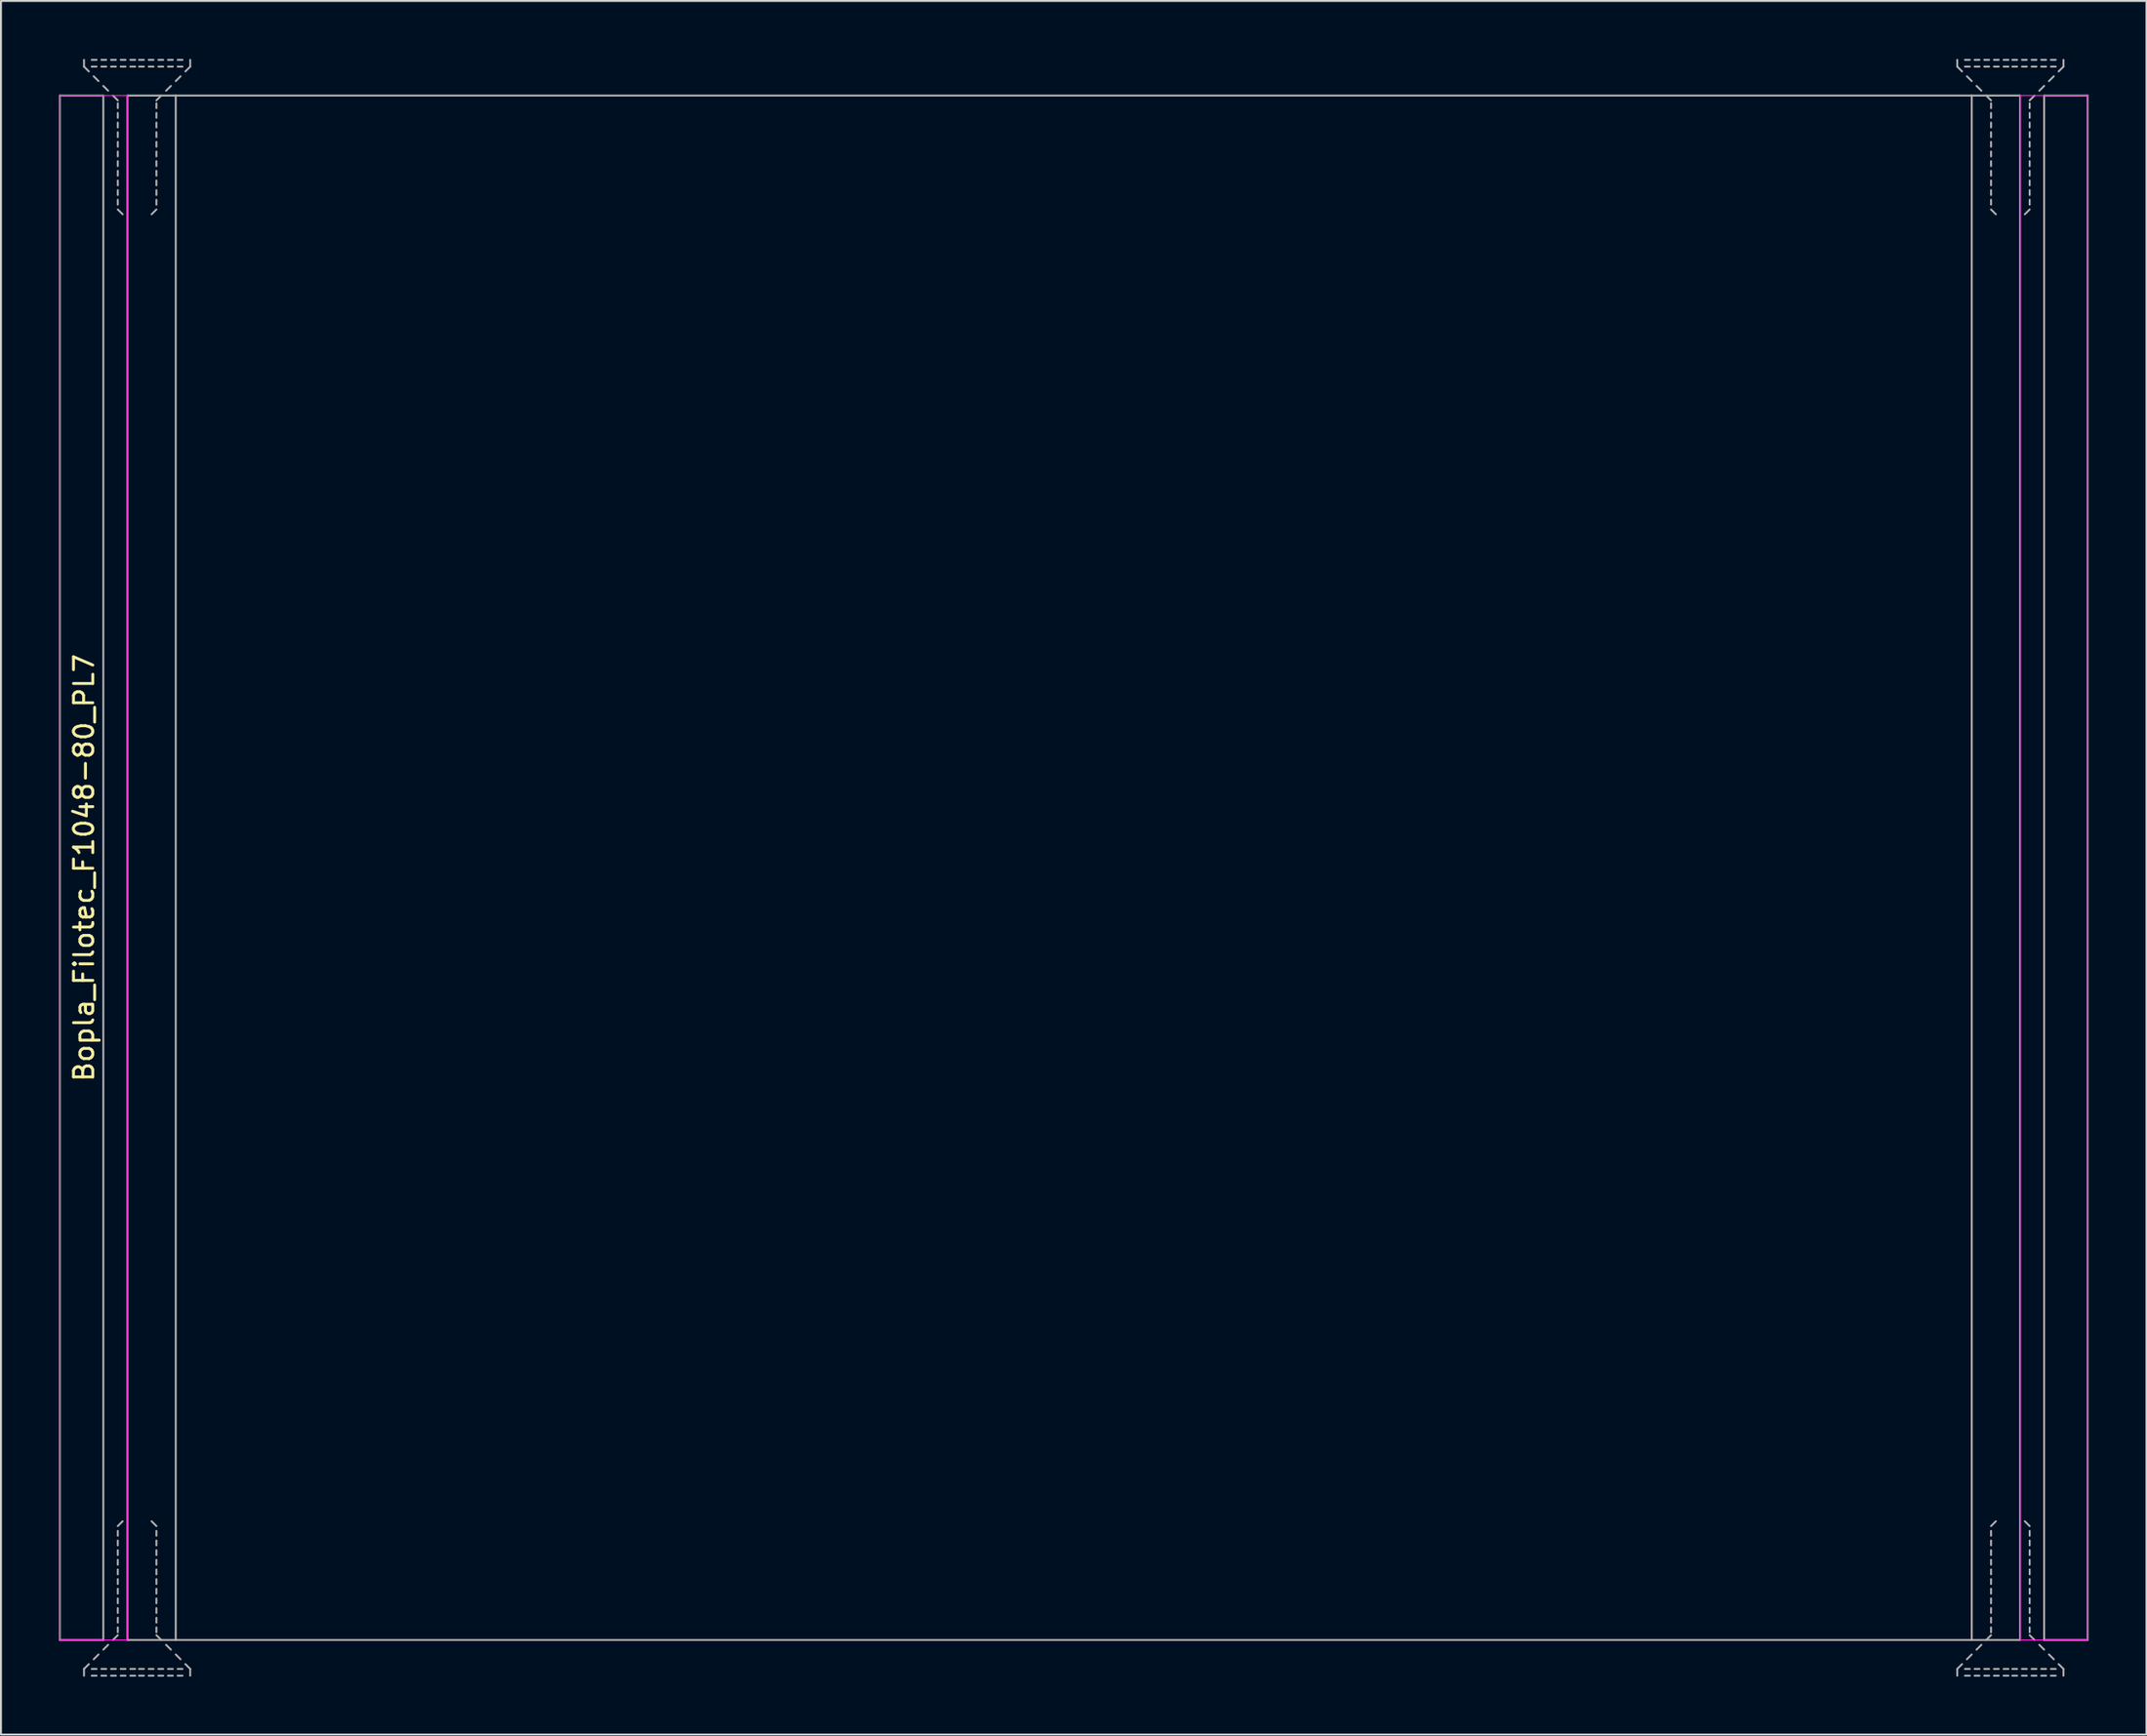
<source format=kicad_pcb>
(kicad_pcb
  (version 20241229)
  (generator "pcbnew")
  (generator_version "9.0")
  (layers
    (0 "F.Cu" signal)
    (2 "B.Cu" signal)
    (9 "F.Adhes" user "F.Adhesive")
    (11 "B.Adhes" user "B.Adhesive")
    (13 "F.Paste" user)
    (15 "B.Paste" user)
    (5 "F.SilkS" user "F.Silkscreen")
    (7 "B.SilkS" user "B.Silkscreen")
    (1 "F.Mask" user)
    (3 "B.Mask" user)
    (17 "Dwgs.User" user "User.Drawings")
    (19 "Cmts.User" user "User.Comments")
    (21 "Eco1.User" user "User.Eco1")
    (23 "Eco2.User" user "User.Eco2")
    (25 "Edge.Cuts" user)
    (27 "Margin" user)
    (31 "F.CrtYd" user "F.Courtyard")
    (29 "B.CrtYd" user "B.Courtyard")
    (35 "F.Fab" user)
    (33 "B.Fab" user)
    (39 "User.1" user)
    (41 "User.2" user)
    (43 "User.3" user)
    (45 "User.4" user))
  (footprint "Bopla_Filotec_F1048-80_PL7"
    (layer "F.Cu")
    (at 52.55 41.9)
    (property "Reference" "Bopla_Filotec_F1048-80_PL7" (at -51.25 0 90) (layer "F.SilkS") (effects (font (size 1 1) (thickness 0.15))))
    (attr exclude_from_pos_files exclude_from_bom)
    (fp_line (start -52.5 -40) (end -52.5 40) (stroke (width 0.05) (type solid)) (layer "F.CrtYd"))
    (fp_line (start -52.5 40) (end -49 40) (stroke (width 0.05) (type solid)) (layer "F.CrtYd"))
    (fp_line (start -49 -40) (end -52.5 -40) (stroke (width 0.05) (type solid)) (layer "F.CrtYd"))
    (fp_line (start -49 40) (end -49 -40) (stroke (width 0.05) (type solid)) (layer "F.CrtYd"))
    (fp_line (start 49 -40) (end 52.5 -40) (stroke (width 0.05) (type solid)) (layer "F.CrtYd"))
    (fp_line (start 49 40) (end 49 -40) (stroke (width 0.05) (type solid)) (layer "F.CrtYd"))
    (fp_line (start 52.5 -40) (end 52.5 40) (stroke (width 0.05) (type solid)) (layer "F.CrtYd"))
    (fp_line (start 52.5 40) (end 49 40) (stroke (width 0.05) (type solid)) (layer "F.CrtYd"))
    (fp_line (start -52.5 -40) (end -52.5 40) (stroke (width 0.1) (type solid)) (layer "F.Fab"))
    (fp_line (start -52.5 -40) (end -50.25 -40) (stroke (width 0.1) (type solid)) (layer "F.Fab"))
    (fp_line (start -52.5 40) (end -50.25 40) (stroke (width 0.1) (type solid)) (layer "F.Fab"))
    (fp_line (start -51.25 -41.5) (end -51.25 -41.85) (stroke (width 0.1) (type solid)) (layer "F.Fab"))
    (fp_line (start -51.25 -41.5) (end -51 -41.25) (stroke (width 0.1) (type solid)) (layer "F.Fab"))
    (fp_line (start -51.25 41.5) (end -51.25 41.85) (stroke (width 0.1) (type solid)) (layer "F.Fab"))
    (fp_line (start -51.25 41.5) (end -51 41.25) (stroke (width 0.1) (type solid)) (layer "F.Fab"))
    (fp_line (start -50.75 -41) (end -50.5 -40.75) (stroke (width 0.1) (type solid)) (layer "F.Fab"))
    (fp_line (start -50.75 41) (end -50.5 40.75) (stroke (width 0.1) (type solid)) (layer "F.Fab"))
    (fp_line (start -50.6 -41.85) (end -50.85 -41.85) (stroke (width 0.1) (type solid)) (layer "F.Fab"))
    (fp_line (start -50.6 -41.5) (end -50.85 -41.5) (stroke (width 0.1) (type solid)) (layer "F.Fab"))
    (fp_line (start -50.6 41.5) (end -50.85 41.5) (stroke (width 0.1) (type solid)) (layer "F.Fab"))
    (fp_line (start -50.6 41.85) (end -50.85 41.85) (stroke (width 0.1) (type solid)) (layer "F.Fab"))
    (fp_line (start -50.25 -40.5) (end -50 -40.25) (stroke (width 0.1) (type solid)) (layer "F.Fab"))
    (fp_line (start -50.25 -40) (end -50.25 40) (stroke (width 0.1) (type solid)) (layer "F.Fab"))
    (fp_line (start -50.25 40.5) (end -50 40.25) (stroke (width 0.1) (type solid)) (layer "F.Fab"))
    (fp_line (start -50.1 -41.85) (end -50.35 -41.85) (stroke (width 0.1) (type solid)) (layer "F.Fab"))
    (fp_line (start -50.1 -41.5) (end -50.35 -41.5) (stroke (width 0.1) (type solid)) (layer "F.Fab"))
    (fp_line (start -50.1 41.5) (end -50.35 41.5) (stroke (width 0.1) (type solid)) (layer "F.Fab"))
    (fp_line (start -50.1 41.85) (end -50.35 41.85) (stroke (width 0.1) (type solid)) (layer "F.Fab"))
    (fp_line (start -49.75 -40) (end -49.5 -39.75) (stroke (width 0.1) (type solid)) (layer "F.Fab"))
    (fp_line (start -49.75 40) (end -49.5 39.75) (stroke (width 0.1) (type solid)) (layer "F.Fab"))
    (fp_line (start -49.6 -41.85) (end -49.85 -41.85) (stroke (width 0.1) (type solid)) (layer "F.Fab"))
    (fp_line (start -49.6 -41.5) (end -49.85 -41.5) (stroke (width 0.1) (type solid)) (layer "F.Fab"))
    (fp_line (start -49.6 41.5) (end -49.85 41.5) (stroke (width 0.1) (type solid)) (layer "F.Fab"))
    (fp_line (start -49.6 41.85) (end -49.85 41.85) (stroke (width 0.1) (type solid)) (layer "F.Fab"))
    (fp_line (start -49.5 -39.6) (end -49.5 -39.35) (stroke (width 0.1) (type solid)) (layer "F.Fab"))
    (fp_line (start -49.5 -39.1) (end -49.5 -38.85) (stroke (width 0.1) (type solid)) (layer "F.Fab"))
    (fp_line (start -49.5 -38.6) (end -49.5 -38.35) (stroke (width 0.1) (type solid)) (layer "F.Fab"))
    (fp_line (start -49.5 -38.1) (end -49.5 -37.85) (stroke (width 0.1) (type solid)) (layer "F.Fab"))
    (fp_line (start -49.5 -37.6) (end -49.5 -37.35) (stroke (width 0.1) (type solid)) (layer "F.Fab"))
    (fp_line (start -49.5 -37.1) (end -49.5 -36.85) (stroke (width 0.1) (type solid)) (layer "F.Fab"))
    (fp_line (start -49.5 -36.6) (end -49.5 -36.35) (stroke (width 0.1) (type solid)) (layer "F.Fab"))
    (fp_line (start -49.5 -36.1) (end -49.5 -35.85) (stroke (width 0.1) (type solid)) (layer "F.Fab"))
    (fp_line (start -49.5 -35.6) (end -49.5 -35.35) (stroke (width 0.1) (type solid)) (layer "F.Fab"))
    (fp_line (start -49.5 -35.1) (end -49.5 -34.85) (stroke (width 0.1) (type solid)) (layer "F.Fab"))
    (fp_line (start -49.5 -34.6) (end -49.5 -34.35) (stroke (width 0.1) (type solid)) (layer "F.Fab"))
    (fp_line (start -49.5 -34.1) (end -49.25 -33.85) (stroke (width 0.1) (type solid)) (layer "F.Fab"))
    (fp_line (start -49.5 34.1) (end -49.25 33.85) (stroke (width 0.1) (type solid)) (layer "F.Fab"))
    (fp_line (start -49.5 34.6) (end -49.5 34.35) (stroke (width 0.1) (type solid)) (layer "F.Fab"))
    (fp_line (start -49.5 35.1) (end -49.5 34.85) (stroke (width 0.1) (type solid)) (layer "F.Fab"))
    (fp_line (start -49.5 35.6) (end -49.5 35.35) (stroke (width 0.1) (type solid)) (layer "F.Fab"))
    (fp_line (start -49.5 36.1) (end -49.5 35.85) (stroke (width 0.1) (type solid)) (layer "F.Fab"))
    (fp_line (start -49.5 36.6) (end -49.5 36.35) (stroke (width 0.1) (type solid)) (layer "F.Fab"))
    (fp_line (start -49.5 37.1) (end -49.5 36.85) (stroke (width 0.1) (type solid)) (layer "F.Fab"))
    (fp_line (start -49.5 37.6) (end -49.5 37.35) (stroke (width 0.1) (type solid)) (layer "F.Fab"))
    (fp_line (start -49.5 38.1) (end -49.5 37.85) (stroke (width 0.1) (type solid)) (layer "F.Fab"))
    (fp_line (start -49.5 38.6) (end -49.5 38.35) (stroke (width 0.1) (type solid)) (layer "F.Fab"))
    (fp_line (start -49.5 39.1) (end -49.5 38.85) (stroke (width 0.1) (type solid)) (layer "F.Fab"))
    (fp_line (start -49.5 39.6) (end -49.5 39.35) (stroke (width 0.1) (type solid)) (layer "F.Fab"))
    (fp_line (start -49.1 -41.85) (end -49.35 -41.85) (stroke (width 0.1) (type solid)) (layer "F.Fab"))
    (fp_line (start -49.1 -41.5) (end -49.35 -41.5) (stroke (width 0.1) (type solid)) (layer "F.Fab"))
    (fp_line (start -49.1 41.5) (end -49.35 41.5) (stroke (width 0.1) (type solid)) (layer "F.Fab"))
    (fp_line (start -49.1 41.85) (end -49.35 41.85) (stroke (width 0.1) (type solid)) (layer "F.Fab"))
    (fp_line (start -49 -40) (end -46.5 -40) (stroke (width 0.1) (type solid)) (layer "F.Fab"))
    (fp_line (start -49 40) (end -49 -40) (stroke (width 0.1) (type solid)) (layer "F.Fab"))
    (fp_line (start -49 40) (end -46.5 40) (stroke (width 0.1) (type solid)) (layer "F.Fab"))
    (fp_line (start -48.6 -41.85) (end -48.85 -41.85) (stroke (width 0.1) (type solid)) (layer "F.Fab"))
    (fp_line (start -48.6 -41.5) (end -48.85 -41.5) (stroke (width 0.1) (type solid)) (layer "F.Fab"))
    (fp_line (start -48.6 41.5) (end -48.85 41.5) (stroke (width 0.1) (type solid)) (layer "F.Fab"))
    (fp_line (start -48.6 41.85) (end -48.85 41.85) (stroke (width 0.1) (type solid)) (layer "F.Fab"))
    (fp_line (start -48.15 -41.85) (end -48.4 -41.85) (stroke (width 0.1) (type solid)) (layer "F.Fab"))
    (fp_line (start -48.15 -41.5) (end -48.4 -41.5) (stroke (width 0.1) (type solid)) (layer "F.Fab"))
    (fp_line (start -48.15 41.5) (end -48.4 41.5) (stroke (width 0.1) (type solid)) (layer "F.Fab"))
    (fp_line (start -48.15 41.85) (end -48.4 41.85) (stroke (width 0.1) (type solid)) (layer "F.Fab"))
    (fp_line (start -47.65 -41.85) (end -47.9 -41.85) (stroke (width 0.1) (type solid)) (layer "F.Fab"))
    (fp_line (start -47.65 -41.5) (end -47.9 -41.5) (stroke (width 0.1) (type solid)) (layer "F.Fab"))
    (fp_line (start -47.65 41.5) (end -47.9 41.5) (stroke (width 0.1) (type solid)) (layer "F.Fab"))
    (fp_line (start -47.65 41.85) (end -47.9 41.85) (stroke (width 0.1) (type solid)) (layer "F.Fab"))
    (fp_line (start -47.5 -39.6) (end -47.5 -39.35) (stroke (width 0.1) (type solid)) (layer "F.Fab"))
    (fp_line (start -47.5 -39.1) (end -47.5 -38.85) (stroke (width 0.1) (type solid)) (layer "F.Fab"))
    (fp_line (start -47.5 -38.6) (end -47.5 -38.35) (stroke (width 0.1) (type solid)) (layer "F.Fab"))
    (fp_line (start -47.5 -38.1) (end -47.5 -37.85) (stroke (width 0.1) (type solid)) (layer "F.Fab"))
    (fp_line (start -47.5 -37.6) (end -47.5 -37.35) (stroke (width 0.1) (type solid)) (layer "F.Fab"))
    (fp_line (start -47.5 -37.1) (end -47.5 -36.85) (stroke (width 0.1) (type solid)) (layer "F.Fab"))
    (fp_line (start -47.5 -36.6) (end -47.5 -36.35) (stroke (width 0.1) (type solid)) (layer "F.Fab"))
    (fp_line (start -47.5 -36.1) (end -47.5 -35.85) (stroke (width 0.1) (type solid)) (layer "F.Fab"))
    (fp_line (start -47.5 -35.6) (end -47.5 -35.35) (stroke (width 0.1) (type solid)) (layer "F.Fab"))
    (fp_line (start -47.5 -35.1) (end -47.5 -34.85) (stroke (width 0.1) (type solid)) (layer "F.Fab"))
    (fp_line (start -47.5 -34.6) (end -47.5 -34.35) (stroke (width 0.1) (type solid)) (layer "F.Fab"))
    (fp_line (start -47.5 -34.1) (end -47.75 -33.85) (stroke (width 0.1) (type solid)) (layer "F.Fab"))
    (fp_line (start -47.5 34.1) (end -47.75 33.85) (stroke (width 0.1) (type solid)) (layer "F.Fab"))
    (fp_line (start -47.5 34.6) (end -47.5 34.35) (stroke (width 0.1) (type solid)) (layer "F.Fab"))
    (fp_line (start -47.5 35.1) (end -47.5 34.85) (stroke (width 0.1) (type solid)) (layer "F.Fab"))
    (fp_line (start -47.5 35.6) (end -47.5 35.35) (stroke (width 0.1) (type solid)) (layer "F.Fab"))
    (fp_line (start -47.5 36.1) (end -47.5 35.85) (stroke (width 0.1) (type solid)) (layer "F.Fab"))
    (fp_line (start -47.5 36.6) (end -47.5 36.35) (stroke (width 0.1) (type solid)) (layer "F.Fab"))
    (fp_line (start -47.5 37.1) (end -47.5 36.85) (stroke (width 0.1) (type solid)) (layer "F.Fab"))
    (fp_line (start -47.5 37.6) (end -47.5 37.35) (stroke (width 0.1) (type solid)) (layer "F.Fab"))
    (fp_line (start -47.5 38.1) (end -47.5 37.85) (stroke (width 0.1) (type solid)) (layer "F.Fab"))
    (fp_line (start -47.5 38.6) (end -47.5 38.35) (stroke (width 0.1) (type solid)) (layer "F.Fab"))
    (fp_line (start -47.5 39.1) (end -47.5 38.85) (stroke (width 0.1) (type solid)) (layer "F.Fab"))
    (fp_line (start -47.5 39.6) (end -47.5 39.35) (stroke (width 0.1) (type solid)) (layer "F.Fab"))
    (fp_line (start -47.25 -40) (end -47.5 -39.75) (stroke (width 0.1) (type solid)) (layer "F.Fab"))
    (fp_line (start -47.25 40) (end -47.5 39.75) (stroke (width 0.1) (type solid)) (layer "F.Fab"))
    (fp_line (start -47.15 -41.85) (end -47.4 -41.85) (stroke (width 0.1) (type solid)) (layer "F.Fab"))
    (fp_line (start -47.15 -41.5) (end -47.4 -41.5) (stroke (width 0.1) (type solid)) (layer "F.Fab"))
    (fp_line (start -47.15 41.5) (end -47.4 41.5) (stroke (width 0.1) (type solid)) (layer "F.Fab"))
    (fp_line (start -47.15 41.85) (end -47.4 41.85) (stroke (width 0.1) (type solid)) (layer "F.Fab"))
    (fp_line (start -46.75 -40.5) (end -47 -40.25) (stroke (width 0.1) (type solid)) (layer "F.Fab"))
    (fp_line (start -46.75 40.5) (end -47 40.25) (stroke (width 0.1) (type solid)) (layer "F.Fab"))
    (fp_line (start -46.65 -41.85) (end -46.9 -41.85) (stroke (width 0.1) (type solid)) (layer "F.Fab"))
    (fp_line (start -46.65 -41.5) (end -46.9 -41.5) (stroke (width 0.1) (type solid)) (layer "F.Fab"))
    (fp_line (start -46.65 41.5) (end -46.9 41.5) (stroke (width 0.1) (type solid)) (layer "F.Fab"))
    (fp_line (start -46.65 41.85) (end -46.9 41.85) (stroke (width 0.1) (type solid)) (layer "F.Fab"))
    (fp_line (start -46.5 40) (end -46.5 -40) (stroke (width 0.1) (type solid)) (layer "F.Fab"))
    (fp_line (start -46.5 40) (end 46.5 40) (stroke (width 0.1) (type solid)) (layer "F.Fab"))
    (fp_line (start -46.25 -41) (end -46.5 -40.75) (stroke (width 0.1) (type solid)) (layer "F.Fab"))
    (fp_line (start -46.25 41) (end -46.5 40.75) (stroke (width 0.1) (type solid)) (layer "F.Fab"))
    (fp_line (start -46.15 -41.85) (end -46.4 -41.85) (stroke (width 0.1) (type solid)) (layer "F.Fab"))
    (fp_line (start -46.15 -41.5) (end -46.4 -41.5) (stroke (width 0.1) (type solid)) (layer "F.Fab"))
    (fp_line (start -46.15 41.5) (end -46.4 41.5) (stroke (width 0.1) (type solid)) (layer "F.Fab"))
    (fp_line (start -46.15 41.85) (end -46.4 41.85) (stroke (width 0.1) (type solid)) (layer "F.Fab"))
    (fp_line (start -45.75 -41.5) (end -46 -41.25) (stroke (width 0.1) (type solid)) (layer "F.Fab"))
    (fp_line (start -45.75 -41.5) (end -45.75 -41.85) (stroke (width 0.1) (type solid)) (layer "F.Fab"))
    (fp_line (start -45.75 41.5) (end -46 41.25) (stroke (width 0.1) (type solid)) (layer "F.Fab"))
    (fp_line (start -45.75 41.5) (end -45.75 41.85) (stroke (width 0.1) (type solid)) (layer "F.Fab"))
    (fp_line (start 45.75 -41.5) (end 45.75 -41.85) (stroke (width 0.1) (type solid)) (layer "F.Fab"))
    (fp_line (start 45.75 -41.5) (end 46 -41.25) (stroke (width 0.1) (type solid)) (layer "F.Fab"))
    (fp_line (start 45.75 41.5) (end 45.75 41.85) (stroke (width 0.1) (type solid)) (layer "F.Fab"))
    (fp_line (start 45.75 41.5) (end 46 41.25) (stroke (width 0.1) (type solid)) (layer "F.Fab"))
    (fp_line (start 46.25 -41) (end 46.5 -40.75) (stroke (width 0.1) (type solid)) (layer "F.Fab"))
    (fp_line (start 46.25 41) (end 46.5 40.75) (stroke (width 0.1) (type solid)) (layer "F.Fab"))
    (fp_line (start 46.4 -41.85) (end 46.15 -41.85) (stroke (width 0.1) (type solid)) (layer "F.Fab"))
    (fp_line (start 46.4 -41.5) (end 46.15 -41.5) (stroke (width 0.1) (type solid)) (layer "F.Fab"))
    (fp_line (start 46.4 41.5) (end 46.15 41.5) (stroke (width 0.1) (type solid)) (layer "F.Fab"))
    (fp_line (start 46.4 41.85) (end 46.15 41.85) (stroke (width 0.1) (type solid)) (layer "F.Fab"))
    (fp_line (start 46.5 -40) (end -46.5 -40) (stroke (width 0.1) (type solid)) (layer "F.Fab"))
    (fp_line (start 46.5 -40) (end 46.5 40) (stroke (width 0.1) (type solid)) (layer "F.Fab"))
    (fp_line (start 46.75 -40.5) (end 47 -40.25) (stroke (width 0.1) (type solid)) (layer "F.Fab"))
    (fp_line (start 46.75 40.5) (end 47 40.25) (stroke (width 0.1) (type solid)) (layer "F.Fab"))
    (fp_line (start 46.9 -41.85) (end 46.65 -41.85) (stroke (width 0.1) (type solid)) (layer "F.Fab"))
    (fp_line (start 46.9 -41.5) (end 46.65 -41.5) (stroke (width 0.1) (type solid)) (layer "F.Fab"))
    (fp_line (start 46.9 41.5) (end 46.65 41.5) (stroke (width 0.1) (type solid)) (layer "F.Fab"))
    (fp_line (start 46.9 41.85) (end 46.65 41.85) (stroke (width 0.1) (type solid)) (layer "F.Fab"))
    (fp_line (start 47.25 -40) (end 47.5 -39.75) (stroke (width 0.1) (type solid)) (layer "F.Fab"))
    (fp_line (start 47.25 40) (end 47.5 39.75) (stroke (width 0.1) (type solid)) (layer "F.Fab"))
    (fp_line (start 47.4 -41.85) (end 47.15 -41.85) (stroke (width 0.1) (type solid)) (layer "F.Fab"))
    (fp_line (start 47.4 -41.5) (end 47.15 -41.5) (stroke (width 0.1) (type solid)) (layer "F.Fab"))
    (fp_line (start 47.4 41.5) (end 47.15 41.5) (stroke (width 0.1) (type solid)) (layer "F.Fab"))
    (fp_line (start 47.4 41.85) (end 47.15 41.85) (stroke (width 0.1) (type solid)) (layer "F.Fab"))
    (fp_line (start 47.5 -39.6) (end 47.5 -39.35) (stroke (width 0.1) (type solid)) (layer "F.Fab"))
    (fp_line (start 47.5 -39.1) (end 47.5 -38.85) (stroke (width 0.1) (type solid)) (layer "F.Fab"))
    (fp_line (start 47.5 -38.6) (end 47.5 -38.35) (stroke (width 0.1) (type solid)) (layer "F.Fab"))
    (fp_line (start 47.5 -38.1) (end 47.5 -37.85) (stroke (width 0.1) (type solid)) (layer "F.Fab"))
    (fp_line (start 47.5 -37.6) (end 47.5 -37.35) (stroke (width 0.1) (type solid)) (layer "F.Fab"))
    (fp_line (start 47.5 -37.1) (end 47.5 -36.85) (stroke (width 0.1) (type solid)) (layer "F.Fab"))
    (fp_line (start 47.5 -36.6) (end 47.5 -36.35) (stroke (width 0.1) (type solid)) (layer "F.Fab"))
    (fp_line (start 47.5 -36.1) (end 47.5 -35.85) (stroke (width 0.1) (type solid)) (layer "F.Fab"))
    (fp_line (start 47.5 -35.6) (end 47.5 -35.35) (stroke (width 0.1) (type solid)) (layer "F.Fab"))
    (fp_line (start 47.5 -35.1) (end 47.5 -34.85) (stroke (width 0.1) (type solid)) (layer "F.Fab"))
    (fp_line (start 47.5 -34.6) (end 47.5 -34.35) (stroke (width 0.1) (type solid)) (layer "F.Fab"))
    (fp_line (start 47.5 -34.1) (end 47.75 -33.85) (stroke (width 0.1) (type solid)) (layer "F.Fab"))
    (fp_line (start 47.5 34.1) (end 47.75 33.85) (stroke (width 0.1) (type solid)) (layer "F.Fab"))
    (fp_line (start 47.5 34.6) (end 47.5 34.35) (stroke (width 0.1) (type solid)) (layer "F.Fab"))
    (fp_line (start 47.5 35.1) (end 47.5 34.85) (stroke (width 0.1) (type solid)) (layer "F.Fab"))
    (fp_line (start 47.5 35.6) (end 47.5 35.35) (stroke (width 0.1) (type solid)) (layer "F.Fab"))
    (fp_line (start 47.5 36.1) (end 47.5 35.85) (stroke (width 0.1) (type solid)) (layer "F.Fab"))
    (fp_line (start 47.5 36.6) (end 47.5 36.35) (stroke (width 0.1) (type solid)) (layer "F.Fab"))
    (fp_line (start 47.5 37.1) (end 47.5 36.85) (stroke (width 0.1) (type solid)) (layer "F.Fab"))
    (fp_line (start 47.5 37.6) (end 47.5 37.35) (stroke (width 0.1) (type solid)) (layer "F.Fab"))
    (fp_line (start 47.5 38.1) (end 47.5 37.85) (stroke (width 0.1) (type solid)) (layer "F.Fab"))
    (fp_line (start 47.5 38.6) (end 47.5 38.35) (stroke (width 0.1) (type solid)) (layer "F.Fab"))
    (fp_line (start 47.5 39.1) (end 47.5 38.85) (stroke (width 0.1) (type solid)) (layer "F.Fab"))
    (fp_line (start 47.5 39.6) (end 47.5 39.35) (stroke (width 0.1) (type solid)) (layer "F.Fab"))
    (fp_line (start 47.9 -41.85) (end 47.65 -41.85) (stroke (width 0.1) (type solid)) (layer "F.Fab"))
    (fp_line (start 47.9 -41.5) (end 47.65 -41.5) (stroke (width 0.1) (type solid)) (layer "F.Fab"))
    (fp_line (start 47.9 41.5) (end 47.65 41.5) (stroke (width 0.1) (type solid)) (layer "F.Fab"))
    (fp_line (start 47.9 41.85) (end 47.65 41.85) (stroke (width 0.1) (type solid)) (layer "F.Fab"))
    (fp_line (start 48.4 -41.85) (end 48.15 -41.85) (stroke (width 0.1) (type solid)) (layer "F.Fab"))
    (fp_line (start 48.4 -41.5) (end 48.15 -41.5) (stroke (width 0.1) (type solid)) (layer "F.Fab"))
    (fp_line (start 48.4 41.5) (end 48.15 41.5) (stroke (width 0.1) (type solid)) (layer "F.Fab"))
    (fp_line (start 48.4 41.85) (end 48.15 41.85) (stroke (width 0.1) (type solid)) (layer "F.Fab"))
    (fp_line (start 48.85 -41.85) (end 48.6 -41.85) (stroke (width 0.1) (type solid)) (layer "F.Fab"))
    (fp_line (start 48.85 -41.5) (end 48.6 -41.5) (stroke (width 0.1) (type solid)) (layer "F.Fab"))
    (fp_line (start 48.85 41.5) (end 48.6 41.5) (stroke (width 0.1) (type solid)) (layer "F.Fab"))
    (fp_line (start 48.85 41.85) (end 48.6 41.85) (stroke (width 0.1) (type solid)) (layer "F.Fab"))
    (fp_line (start 49 -40) (end 46.5 -40) (stroke (width 0.1) (type solid)) (layer "F.Fab"))
    (fp_line (start 49 -40) (end 49 40) (stroke (width 0.1) (type solid)) (layer "F.Fab"))
    (fp_line (start 49 40) (end 46.5 40) (stroke (width 0.1) (type solid)) (layer "F.Fab"))
    (fp_line (start 49.35 -41.85) (end 49.1 -41.85) (stroke (width 0.1) (type solid)) (layer "F.Fab"))
    (fp_line (start 49.35 -41.5) (end 49.1 -41.5) (stroke (width 0.1) (type solid)) (layer "F.Fab"))
    (fp_line (start 49.35 41.5) (end 49.1 41.5) (stroke (width 0.1) (type solid)) (layer "F.Fab"))
    (fp_line (start 49.35 41.85) (end 49.1 41.85) (stroke (width 0.1) (type solid)) (layer "F.Fab"))
    (fp_line (start 49.5 -39.6) (end 49.5 -39.35) (stroke (width 0.1) (type solid)) (layer "F.Fab"))
    (fp_line (start 49.5 -39.1) (end 49.5 -38.85) (stroke (width 0.1) (type solid)) (layer "F.Fab"))
    (fp_line (start 49.5 -38.6) (end 49.5 -38.35) (stroke (width 0.1) (type solid)) (layer "F.Fab"))
    (fp_line (start 49.5 -38.1) (end 49.5 -37.85) (stroke (width 0.1) (type solid)) (layer "F.Fab"))
    (fp_line (start 49.5 -37.6) (end 49.5 -37.35) (stroke (width 0.1) (type solid)) (layer "F.Fab"))
    (fp_line (start 49.5 -37.1) (end 49.5 -36.85) (stroke (width 0.1) (type solid)) (layer "F.Fab"))
    (fp_line (start 49.5 -36.6) (end 49.5 -36.35) (stroke (width 0.1) (type solid)) (layer "F.Fab"))
    (fp_line (start 49.5 -36.1) (end 49.5 -35.85) (stroke (width 0.1) (type solid)) (layer "F.Fab"))
    (fp_line (start 49.5 -35.6) (end 49.5 -35.35) (stroke (width 0.1) (type solid)) (layer "F.Fab"))
    (fp_line (start 49.5 -35.1) (end 49.5 -34.85) (stroke (width 0.1) (type solid)) (layer "F.Fab"))
    (fp_line (start 49.5 -34.6) (end 49.5 -34.35) (stroke (width 0.1) (type solid)) (layer "F.Fab"))
    (fp_line (start 49.5 -34.1) (end 49.25 -33.85) (stroke (width 0.1) (type solid)) (layer "F.Fab"))
    (fp_line (start 49.5 34.1) (end 49.25 33.85) (stroke (width 0.1) (type solid)) (layer "F.Fab"))
    (fp_line (start 49.5 34.6) (end 49.5 34.35) (stroke (width 0.1) (type solid)) (layer "F.Fab"))
    (fp_line (start 49.5 35.1) (end 49.5 34.85) (stroke (width 0.1) (type solid)) (layer "F.Fab"))
    (fp_line (start 49.5 35.6) (end 49.5 35.35) (stroke (width 0.1) (type solid)) (layer "F.Fab"))
    (fp_line (start 49.5 36.1) (end 49.5 35.85) (stroke (width 0.1) (type solid)) (layer "F.Fab"))
    (fp_line (start 49.5 36.6) (end 49.5 36.35) (stroke (width 0.1) (type solid)) (layer "F.Fab"))
    (fp_line (start 49.5 37.1) (end 49.5 36.85) (stroke (width 0.1) (type solid)) (layer "F.Fab"))
    (fp_line (start 49.5 37.6) (end 49.5 37.35) (stroke (width 0.1) (type solid)) (layer "F.Fab"))
    (fp_line (start 49.5 38.1) (end 49.5 37.85) (stroke (width 0.1) (type solid)) (layer "F.Fab"))
    (fp_line (start 49.5 38.6) (end 49.5 38.35) (stroke (width 0.1) (type solid)) (layer "F.Fab"))
    (fp_line (start 49.5 39.1) (end 49.5 38.85) (stroke (width 0.1) (type solid)) (layer "F.Fab"))
    (fp_line (start 49.5 39.6) (end 49.5 39.35) (stroke (width 0.1) (type solid)) (layer "F.Fab"))
    (fp_line (start 49.75 -40) (end 49.5 -39.75) (stroke (width 0.1) (type solid)) (layer "F.Fab"))
    (fp_line (start 49.75 40) (end 49.5 39.75) (stroke (width 0.1) (type solid)) (layer "F.Fab"))
    (fp_line (start 49.85 -41.85) (end 49.6 -41.85) (stroke (width 0.1) (type solid)) (layer "F.Fab"))
    (fp_line (start 49.85 -41.5) (end 49.6 -41.5) (stroke (width 0.1) (type solid)) (layer "F.Fab"))
    (fp_line (start 49.85 41.5) (end 49.6 41.5) (stroke (width 0.1) (type solid)) (layer "F.Fab"))
    (fp_line (start 49.85 41.85) (end 49.6 41.85) (stroke (width 0.1) (type solid)) (layer "F.Fab"))
    (fp_line (start 50.25 -40.5) (end 50 -40.25) (stroke (width 0.1) (type solid)) (layer "F.Fab"))
    (fp_line (start 50.25 -40) (end 52.5 -40) (stroke (width 0.1) (type solid)) (layer "F.Fab"))
    (fp_line (start 50.25 40) (end 50.25 -40) (stroke (width 0.1) (type solid)) (layer "F.Fab"))
    (fp_line (start 50.25 40) (end 52.5 40) (stroke (width 0.1) (type solid)) (layer "F.Fab"))
    (fp_line (start 50.25 40.5) (end 50 40.25) (stroke (width 0.1) (type solid)) (layer "F.Fab"))
    (fp_line (start 50.35 -41.85) (end 50.1 -41.85) (stroke (width 0.1) (type solid)) (layer "F.Fab"))
    (fp_line (start 50.35 -41.5) (end 50.1 -41.5) (stroke (width 0.1) (type solid)) (layer "F.Fab"))
    (fp_line (start 50.35 41.5) (end 50.1 41.5) (stroke (width 0.1) (type solid)) (layer "F.Fab"))
    (fp_line (start 50.35 41.85) (end 50.1 41.85) (stroke (width 0.1) (type solid)) (layer "F.Fab"))
    (fp_line (start 50.75 -41) (end 50.5 -40.75) (stroke (width 0.1) (type solid)) (layer "F.Fab"))
    (fp_line (start 50.75 41) (end 50.5 40.75) (stroke (width 0.1) (type solid)) (layer "F.Fab"))
    (fp_line (start 50.85 -41.85) (end 50.6 -41.85) (stroke (width 0.1) (type solid)) (layer "F.Fab"))
    (fp_line (start 50.85 -41.5) (end 50.6 -41.5) (stroke (width 0.1) (type solid)) (layer "F.Fab"))
    (fp_line (start 50.85 41.5) (end 50.6 41.5) (stroke (width 0.1) (type solid)) (layer "F.Fab"))
    (fp_line (start 50.85 41.85) (end 50.6 41.85) (stroke (width 0.1) (type solid)) (layer "F.Fab"))
    (fp_line (start 51.25 -41.5) (end 51 -41.25) (stroke (width 0.1) (type solid)) (layer "F.Fab"))
    (fp_line (start 51.25 -41.5) (end 51.25 -41.85) (stroke (width 0.1) (type solid)) (layer "F.Fab"))
    (fp_line (start 51.25 41.5) (end 51 41.25) (stroke (width 0.1) (type solid)) (layer "F.Fab"))
    (fp_line (start 51.25 41.5) (end 51.25 41.85) (stroke (width 0.1) (type solid)) (layer "F.Fab"))
    (fp_line (start 52.5 -40) (end 52.5 40) (stroke (width 0.1) (type solid)) (layer "F.Fab")))
  (gr_rect
    (start -3 -3)
    (end 108.1 86.8)
    (stroke (width 0.1) (type default))
    (fill no)
    (layer "Edge.Cuts")))
</source>
